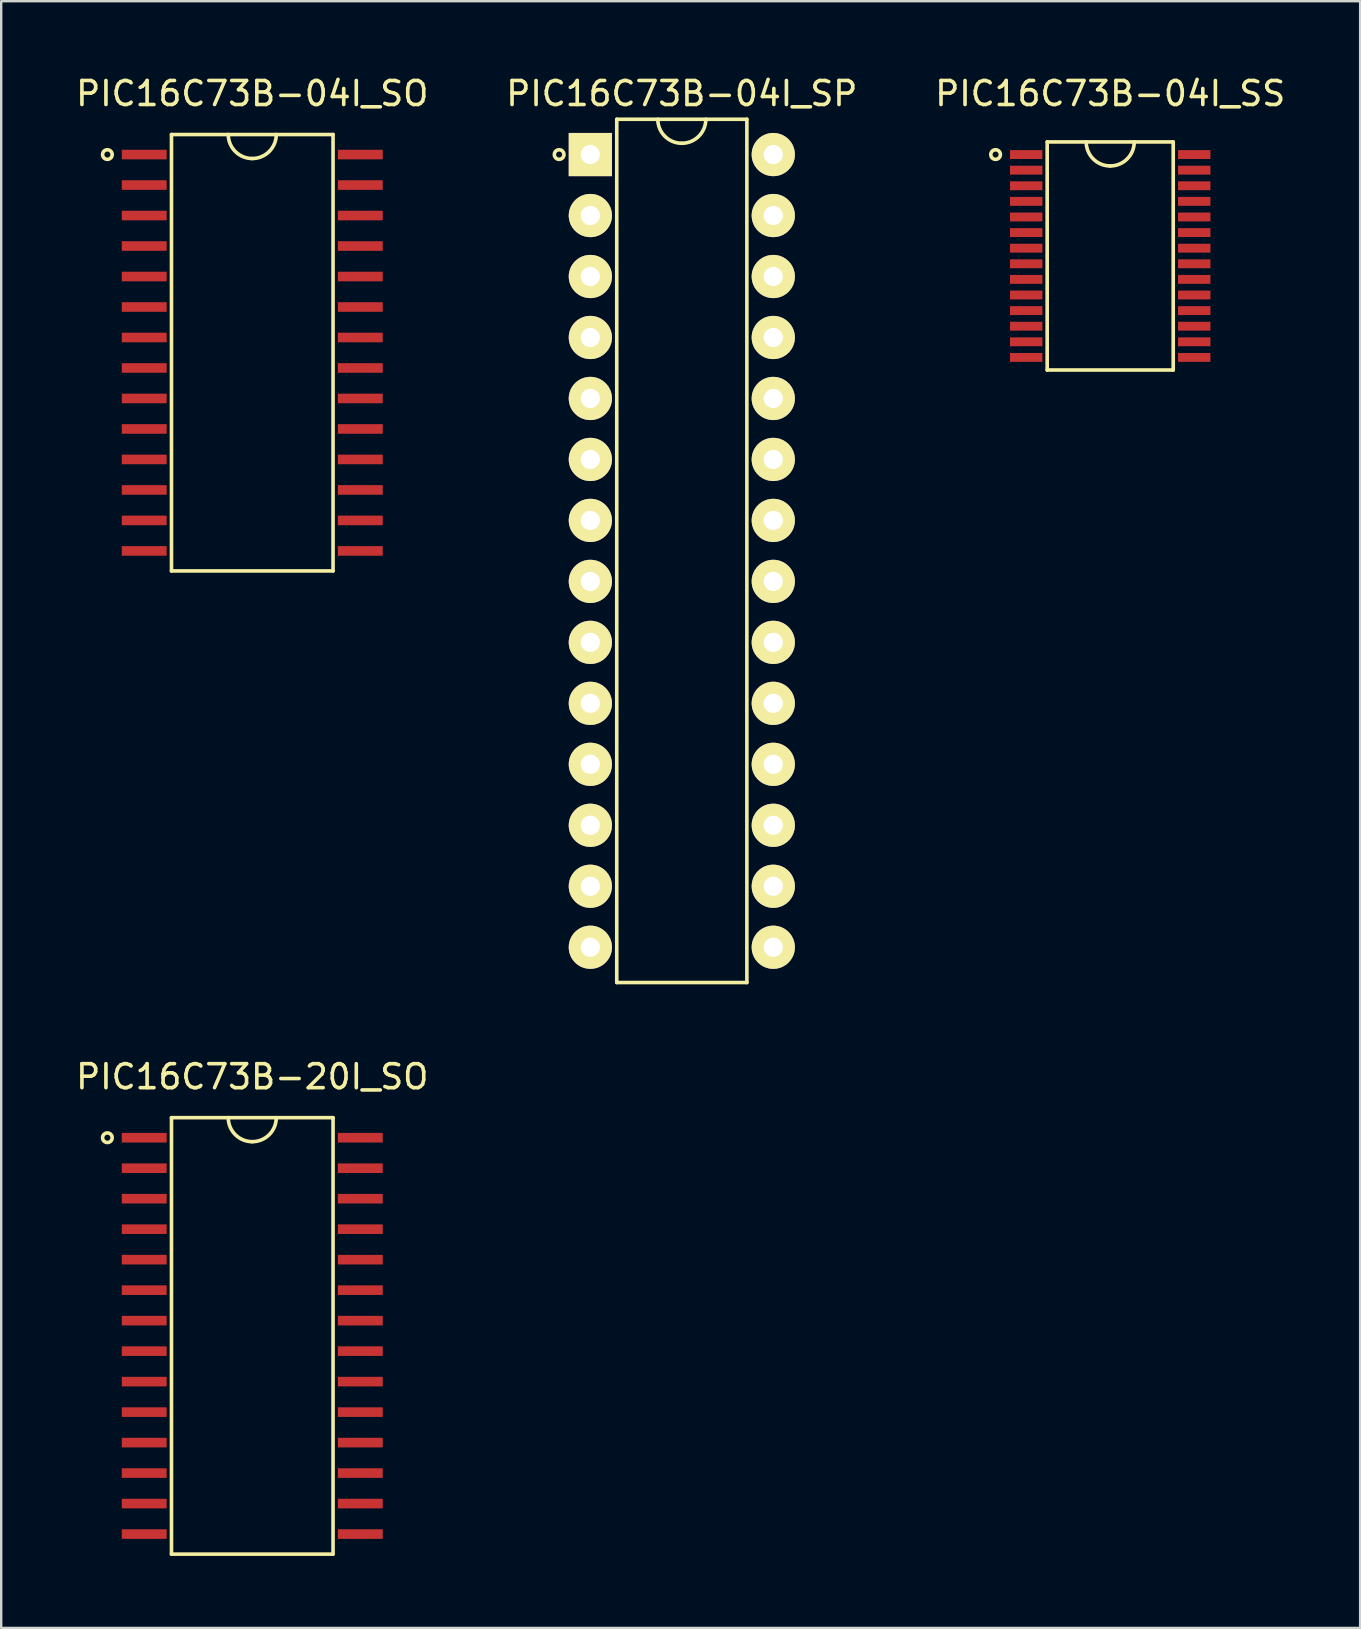
<source format=kicad_pcb>
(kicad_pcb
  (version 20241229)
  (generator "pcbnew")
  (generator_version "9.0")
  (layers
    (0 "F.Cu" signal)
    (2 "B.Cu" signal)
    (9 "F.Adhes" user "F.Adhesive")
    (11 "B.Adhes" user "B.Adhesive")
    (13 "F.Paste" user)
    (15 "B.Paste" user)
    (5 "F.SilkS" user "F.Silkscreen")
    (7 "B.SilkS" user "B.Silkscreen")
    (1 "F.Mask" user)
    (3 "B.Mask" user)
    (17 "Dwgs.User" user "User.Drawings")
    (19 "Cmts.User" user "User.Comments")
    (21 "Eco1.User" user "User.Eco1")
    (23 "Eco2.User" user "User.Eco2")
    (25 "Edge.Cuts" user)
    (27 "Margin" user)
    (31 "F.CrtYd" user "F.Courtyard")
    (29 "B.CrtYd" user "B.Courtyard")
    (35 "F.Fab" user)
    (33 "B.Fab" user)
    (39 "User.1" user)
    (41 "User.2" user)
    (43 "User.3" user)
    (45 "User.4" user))
  (footprint "PIC16C73B-20I_SO"
    (layer "F.Cu")
    (at 2.958 44.342)
    (property "Reference" "PIC16C73B-20I_SO" (at 4.5 -2.54 0) (layer "F.SilkS") (effects (font (size 1 1) (thickness 0.15))))
    (attr through_hole)
    (fp_line (start 1.135 -0.835) (end 7.865 -0.835) (stroke (width 0.15) (type solid)) (layer "F.SilkS"))
    (fp_line (start 1.135 17.345) (end 1.135 -0.835) (stroke (width 0.15) (type solid)) (layer "F.SilkS"))
    (fp_line (start 7.865 -0.835) (end 7.865 17.345) (stroke (width 0.15) (type solid)) (layer "F.SilkS"))
    (fp_line (start 7.865 17.345) (end 1.135 17.345) (stroke (width 0.15) (type solid)) (layer "F.SilkS"))
    (fp_arc (start 4.5 0.165) (mid 3.792893 -0.127893) (end 3.5 -0.835) (stroke (width 0.15) (type solid)) (layer "F.SilkS"))
    (fp_arc (start 5.5 -0.835) (mid 5.207107 -0.127893) (end 4.5 0.165) (stroke (width 0.15) (type solid)) (layer "F.SilkS"))
    (fp_circle (center -1.535 0) (end -1.535 0.2) (stroke (width 0.15) (type solid)) (fill no) (layer "F.SilkS"))
    (pad "1" smd rect (at 0 0) (size 1.87 0.4) (layers "F.Cu" "F.Mask" "F.Paste"))
    (pad "2" smd rect (at 0 1.27) (size 1.87 0.4) (layers "F.Cu" "F.Mask" "F.Paste"))
    (pad "3" smd rect (at 0 2.54) (size 1.87 0.4) (layers "F.Cu" "F.Mask" "F.Paste"))
    (pad "4" smd rect (at 0 3.81) (size 1.87 0.4) (layers "F.Cu" "F.Mask" "F.Paste"))
    (pad "5" smd rect (at 0 5.08) (size 1.87 0.4) (layers "F.Cu" "F.Mask" "F.Paste"))
    (pad "6" smd rect (at 0 6.35) (size 1.87 0.4) (layers "F.Cu" "F.Mask" "F.Paste"))
    (pad "7" smd rect (at 0 7.62) (size 1.87 0.4) (layers "F.Cu" "F.Mask" "F.Paste"))
    (pad "8" smd rect (at 0 8.89) (size 1.87 0.4) (layers "F.Cu" "F.Mask" "F.Paste"))
    (pad "9" smd rect (at 0 10.16) (size 1.87 0.4) (layers "F.Cu" "F.Mask" "F.Paste"))
    (pad "10" smd rect (at 0 11.43) (size 1.87 0.4) (layers "F.Cu" "F.Mask" "F.Paste"))
    (pad "11" smd rect (at 0 12.7) (size 1.87 0.4) (layers "F.Cu" "F.Mask" "F.Paste"))
    (pad "12" smd rect (at 0 13.97) (size 1.87 0.4) (layers "F.Cu" "F.Mask" "F.Paste"))
    (pad "13" smd rect (at 0 15.24) (size 1.87 0.4) (layers "F.Cu" "F.Mask" "F.Paste"))
    (pad "14" smd rect (at 0 16.51) (size 1.87 0.4) (layers "F.Cu" "F.Mask" "F.Paste"))
    (pad "15" smd rect (at 9 16.51) (size 1.87 0.4) (layers "F.Cu" "F.Mask" "F.Paste"))
    (pad "16" smd rect (at 9 15.24) (size 1.87 0.4) (layers "F.Cu" "F.Mask" "F.Paste"))
    (pad "17" smd rect (at 9 13.97) (size 1.87 0.4) (layers "F.Cu" "F.Mask" "F.Paste"))
    (pad "18" smd rect (at 9 12.7) (size 1.87 0.4) (layers "F.Cu" "F.Mask" "F.Paste"))
    (pad "19" smd rect (at 9 11.43) (size 1.87 0.4) (layers "F.Cu" "F.Mask" "F.Paste"))
    (pad "20" smd rect (at 9 10.16) (size 1.87 0.4) (layers "F.Cu" "F.Mask" "F.Paste"))
    (pad "21" smd rect (at 9 8.89) (size 1.87 0.4) (layers "F.Cu" "F.Mask" "F.Paste"))
    (pad "22" smd rect (at 9 7.62) (size 1.87 0.4) (layers "F.Cu" "F.Mask" "F.Paste"))
    (pad "23" smd rect (at 9 6.35) (size 1.87 0.4) (layers "F.Cu" "F.Mask" "F.Paste"))
    (pad "24" smd rect (at 9 5.08) (size 1.87 0.4) (layers "F.Cu" "F.Mask" "F.Paste"))
    (pad "25" smd rect (at 9 3.81) (size 1.87 0.4) (layers "F.Cu" "F.Mask" "F.Paste"))
    (pad "26" smd rect (at 9 2.54) (size 1.87 0.4) (layers "F.Cu" "F.Mask" "F.Paste"))
    (pad "27" smd rect (at 9 1.27) (size 1.87 0.4) (layers "F.Cu" "F.Mask" "F.Paste"))
    (pad "28" smd rect (at 9 0) (size 1.87 0.4) (layers "F.Cu" "F.Mask" "F.Paste")))
  (footprint "PIC16C73B-04I_SO"
    (layer "F.Cu")
    (at 2.958 3.388)
    (property "Reference" "PIC16C73B-04I_SO" (at 4.5 -2.54 0) (layer "F.SilkS") (effects (font (size 1 1) (thickness 0.15))))
    (attr through_hole)
    (fp_line (start 1.135 -0.835) (end 7.865 -0.835) (stroke (width 0.15) (type solid)) (layer "F.SilkS"))
    (fp_line (start 1.135 17.345) (end 1.135 -0.835) (stroke (width 0.15) (type solid)) (layer "F.SilkS"))
    (fp_line (start 7.865 -0.835) (end 7.865 17.345) (stroke (width 0.15) (type solid)) (layer "F.SilkS"))
    (fp_line (start 7.865 17.345) (end 1.135 17.345) (stroke (width 0.15) (type solid)) (layer "F.SilkS"))
    (fp_arc (start 4.5 0.165) (mid 3.792893 -0.127893) (end 3.5 -0.835) (stroke (width 0.15) (type solid)) (layer "F.SilkS"))
    (fp_arc (start 5.5 -0.835) (mid 5.207107 -0.127893) (end 4.5 0.165) (stroke (width 0.15) (type solid)) (layer "F.SilkS"))
    (fp_circle (center -1.535 0) (end -1.535 0.2) (stroke (width 0.15) (type solid)) (fill no) (layer "F.SilkS"))
    (pad "1" smd rect (at 0 0) (size 1.87 0.4) (layers "F.Cu" "F.Mask" "F.Paste"))
    (pad "2" smd rect (at 0 1.27) (size 1.87 0.4) (layers "F.Cu" "F.Mask" "F.Paste"))
    (pad "3" smd rect (at 0 2.54) (size 1.87 0.4) (layers "F.Cu" "F.Mask" "F.Paste"))
    (pad "4" smd rect (at 0 3.81) (size 1.87 0.4) (layers "F.Cu" "F.Mask" "F.Paste"))
    (pad "5" smd rect (at 0 5.08) (size 1.87 0.4) (layers "F.Cu" "F.Mask" "F.Paste"))
    (pad "6" smd rect (at 0 6.35) (size 1.87 0.4) (layers "F.Cu" "F.Mask" "F.Paste"))
    (pad "7" smd rect (at 0 7.62) (size 1.87 0.4) (layers "F.Cu" "F.Mask" "F.Paste"))
    (pad "8" smd rect (at 0 8.89) (size 1.87 0.4) (layers "F.Cu" "F.Mask" "F.Paste"))
    (pad "9" smd rect (at 0 10.16) (size 1.87 0.4) (layers "F.Cu" "F.Mask" "F.Paste"))
    (pad "10" smd rect (at 0 11.43) (size 1.87 0.4) (layers "F.Cu" "F.Mask" "F.Paste"))
    (pad "11" smd rect (at 0 12.7) (size 1.87 0.4) (layers "F.Cu" "F.Mask" "F.Paste"))
    (pad "12" smd rect (at 0 13.97) (size 1.87 0.4) (layers "F.Cu" "F.Mask" "F.Paste"))
    (pad "13" smd rect (at 0 15.24) (size 1.87 0.4) (layers "F.Cu" "F.Mask" "F.Paste"))
    (pad "14" smd rect (at 0 16.51) (size 1.87 0.4) (layers "F.Cu" "F.Mask" "F.Paste"))
    (pad "15" smd rect (at 9 16.51) (size 1.87 0.4) (layers "F.Cu" "F.Mask" "F.Paste"))
    (pad "16" smd rect (at 9 15.24) (size 1.87 0.4) (layers "F.Cu" "F.Mask" "F.Paste"))
    (pad "17" smd rect (at 9 13.97) (size 1.87 0.4) (layers "F.Cu" "F.Mask" "F.Paste"))
    (pad "18" smd rect (at 9 12.7) (size 1.87 0.4) (layers "F.Cu" "F.Mask" "F.Paste"))
    (pad "19" smd rect (at 9 11.43) (size 1.87 0.4) (layers "F.Cu" "F.Mask" "F.Paste"))
    (pad "20" smd rect (at 9 10.16) (size 1.87 0.4) (layers "F.Cu" "F.Mask" "F.Paste"))
    (pad "21" smd rect (at 9 8.89) (size 1.87 0.4) (layers "F.Cu" "F.Mask" "F.Paste"))
    (pad "22" smd rect (at 9 7.62) (size 1.87 0.4) (layers "F.Cu" "F.Mask" "F.Paste"))
    (pad "23" smd rect (at 9 6.35) (size 1.87 0.4) (layers "F.Cu" "F.Mask" "F.Paste"))
    (pad "24" smd rect (at 9 5.08) (size 1.87 0.4) (layers "F.Cu" "F.Mask" "F.Paste"))
    (pad "25" smd rect (at 9 3.81) (size 1.87 0.4) (layers "F.Cu" "F.Mask" "F.Paste"))
    (pad "26" smd rect (at 9 2.54) (size 1.87 0.4) (layers "F.Cu" "F.Mask" "F.Paste"))
    (pad "27" smd rect (at 9 1.27) (size 1.87 0.4) (layers "F.Cu" "F.Mask" "F.Paste"))
    (pad "28" smd rect (at 9 0) (size 1.87 0.4) (layers "F.Cu" "F.Mask" "F.Paste")))
  (footprint "PIC16C73B-04I_SP"
    (layer "F.Cu")
    (at 21.541 3.388)
    (property "Reference" "PIC16C73B-04I_SP" (at 3.81 -2.54 0) (layer "F.SilkS") (effects (font (size 1 1) (thickness 0.15))))
    (attr through_hole)
    (fp_line (start 1.1 -1.47) (end 6.52 -1.47) (stroke (width 0.15) (type solid)) (layer "F.SilkS"))
    (fp_line (start 1.1 34.49) (end 1.1 -1.47) (stroke (width 0.15) (type solid)) (layer "F.SilkS"))
    (fp_line (start 6.52 -1.47) (end 6.52 34.49) (stroke (width 0.15) (type solid)) (layer "F.SilkS"))
    (fp_line (start 6.52 34.49) (end 1.1 34.49) (stroke (width 0.15) (type solid)) (layer "F.SilkS"))
    (fp_arc (start 3.81 -0.47) (mid 3.102893 -0.762893) (end 2.81 -1.47) (stroke (width 0.15) (type solid)) (layer "F.SilkS"))
    (fp_arc (start 4.81 -1.47) (mid 4.517107 -0.762893) (end 3.81 -0.47) (stroke (width 0.15) (type solid)) (layer "F.SilkS"))
    (fp_circle (center -1.3 0) (end -1.3 0.2) (stroke (width 0.15) (type solid)) (fill no) (layer "F.SilkS"))
    (pad "1" thru_hole rect (at 0 0) (size 1.8 1.8) (drill 0.8) (layers "*.Cu" "*.Mask" "F.SilkS"))
    (pad "2" thru_hole circle (at 0 2.54) (size 1.8 1.8) (drill 0.8) (layers "*.Cu" "*.Mask" "F.SilkS"))
    (pad "3" thru_hole circle (at 0 5.08) (size 1.8 1.8) (drill 0.8) (layers "*.Cu" "*.Mask" "F.SilkS"))
    (pad "4" thru_hole circle (at 0 7.62) (size 1.8 1.8) (drill 0.8) (layers "*.Cu" "*.Mask" "F.SilkS"))
    (pad "5" thru_hole circle (at 0 10.16) (size 1.8 1.8) (drill 0.8) (layers "*.Cu" "*.Mask" "F.SilkS"))
    (pad "6" thru_hole circle (at 0 12.7) (size 1.8 1.8) (drill 0.8) (layers "*.Cu" "*.Mask" "F.SilkS"))
    (pad "7" thru_hole circle (at 0 15.24) (size 1.8 1.8) (drill 0.8) (layers "*.Cu" "*.Mask" "F.SilkS"))
    (pad "8" thru_hole circle (at 0 17.78) (size 1.8 1.8) (drill 0.8) (layers "*.Cu" "*.Mask" "F.SilkS"))
    (pad "9" thru_hole circle (at 0 20.32) (size 1.8 1.8) (drill 0.8) (layers "*.Cu" "*.Mask" "F.SilkS"))
    (pad "10" thru_hole circle (at 0 22.86) (size 1.8 1.8) (drill 0.8) (layers "*.Cu" "*.Mask" "F.SilkS"))
    (pad "11" thru_hole circle (at 0 25.4) (size 1.8 1.8) (drill 0.8) (layers "*.Cu" "*.Mask" "F.SilkS"))
    (pad "12" thru_hole circle (at 0 27.94) (size 1.8 1.8) (drill 0.8) (layers "*.Cu" "*.Mask" "F.SilkS"))
    (pad "13" thru_hole circle (at 0 30.48) (size 1.8 1.8) (drill 0.8) (layers "*.Cu" "*.Mask" "F.SilkS"))
    (pad "14" thru_hole circle (at 0 33.02) (size 1.8 1.8) (drill 0.8) (layers "*.Cu" "*.Mask" "F.SilkS"))
    (pad "15" thru_hole circle (at 7.62 33.02) (size 1.8 1.8) (drill 0.8) (layers "*.Cu" "*.Mask" "F.SilkS"))
    (pad "16" thru_hole circle (at 7.62 30.48) (size 1.8 1.8) (drill 0.8) (layers "*.Cu" "*.Mask" "F.SilkS"))
    (pad "17" thru_hole circle (at 7.62 27.94) (size 1.8 1.8) (drill 0.8) (layers "*.Cu" "*.Mask" "F.SilkS"))
    (pad "18" thru_hole circle (at 7.62 25.4) (size 1.8 1.8) (drill 0.8) (layers "*.Cu" "*.Mask" "F.SilkS"))
    (pad "19" thru_hole circle (at 7.62 22.86) (size 1.8 1.8) (drill 0.8) (layers "*.Cu" "*.Mask" "F.SilkS"))
    (pad "20" thru_hole circle (at 7.62 20.32) (size 1.8 1.8) (drill 0.8) (layers "*.Cu" "*.Mask" "F.SilkS"))
    (pad "21" thru_hole circle (at 7.62 17.78) (size 1.8 1.8) (drill 0.8) (layers "*.Cu" "*.Mask" "F.SilkS"))
    (pad "22" thru_hole circle (at 7.62 15.24) (size 1.8 1.8) (drill 0.8) (layers "*.Cu" "*.Mask" "F.SilkS"))
    (pad "23" thru_hole circle (at 7.62 12.7) (size 1.8 1.8) (drill 0.8) (layers "*.Cu" "*.Mask" "F.SilkS"))
    (pad "24" thru_hole circle (at 7.62 10.16) (size 1.8 1.8) (drill 0.8) (layers "*.Cu" "*.Mask" "F.SilkS"))
    (pad "25" thru_hole circle (at 7.62 7.62) (size 1.8 1.8) (drill 0.8) (layers "*.Cu" "*.Mask" "F.SilkS"))
    (pad "26" thru_hole circle (at 7.62 5.08) (size 1.8 1.8) (drill 0.8) (layers "*.Cu" "*.Mask" "F.SilkS"))
    (pad "27" thru_hole circle (at 7.62 2.54) (size 1.8 1.8) (drill 0.8) (layers "*.Cu" "*.Mask" "F.SilkS"))
    (pad "28" thru_hole circle (at 7.62 0) (size 1.8 1.8) (drill 0.8) (layers "*.Cu" "*.Mask" "F.SilkS")))
  (footprint "PIC16C73B-04I_SS"
    (layer "F.Cu")
    (at 39.696 3.388)
    (property "Reference" "PIC16C73B-04I_SS" (at 3.5 -2.54 0) (layer "F.SilkS") (effects (font (size 1 1) (thickness 0.15))))
    (attr through_hole)
    (fp_line (start 0.875 -0.525) (end 6.125 -0.525) (stroke (width 0.15) (type solid)) (layer "F.SilkS"))
    (fp_line (start 0.875 8.975) (end 0.875 -0.525) (stroke (width 0.15) (type solid)) (layer "F.SilkS"))
    (fp_line (start 6.125 -0.525) (end 6.125 8.975) (stroke (width 0.15) (type solid)) (layer "F.SilkS"))
    (fp_line (start 6.125 8.975) (end 0.875 8.975) (stroke (width 0.15) (type solid)) (layer "F.SilkS"))
    (fp_arc (start 3.5 0.475) (mid 2.792893 0.182107) (end 2.5 -0.525) (stroke (width 0.15) (type solid)) (layer "F.SilkS"))
    (fp_arc (start 4.5 -0.525) (mid 4.207107 0.182107) (end 3.5 0.475) (stroke (width 0.15) (type solid)) (layer "F.SilkS"))
    (fp_circle (center -1.275 0) (end -1.275 0.2) (stroke (width 0.15) (type solid)) (fill no) (layer "F.SilkS"))
    (pad "1" smd rect (at 0 0) (size 1.35 0.37) (layers "F.Cu" "F.Mask" "F.Paste"))
    (pad "2" smd rect (at 0 0.65) (size 1.35 0.37) (layers "F.Cu" "F.Mask" "F.Paste"))
    (pad "3" smd rect (at 0 1.3) (size 1.35 0.37) (layers "F.Cu" "F.Mask" "F.Paste"))
    (pad "4" smd rect (at 0 1.95) (size 1.35 0.37) (layers "F.Cu" "F.Mask" "F.Paste"))
    (pad "5" smd rect (at 0 2.6) (size 1.35 0.37) (layers "F.Cu" "F.Mask" "F.Paste"))
    (pad "6" smd rect (at 0 3.25) (size 1.35 0.37) (layers "F.Cu" "F.Mask" "F.Paste"))
    (pad "7" smd rect (at 0 3.9) (size 1.35 0.37) (layers "F.Cu" "F.Mask" "F.Paste"))
    (pad "8" smd rect (at 0 4.55) (size 1.35 0.37) (layers "F.Cu" "F.Mask" "F.Paste"))
    (pad "9" smd rect (at 0 5.2) (size 1.35 0.37) (layers "F.Cu" "F.Mask" "F.Paste"))
    (pad "10" smd rect (at 0 5.85) (size 1.35 0.37) (layers "F.Cu" "F.Mask" "F.Paste"))
    (pad "11" smd rect (at 0 6.5) (size 1.35 0.37) (layers "F.Cu" "F.Mask" "F.Paste"))
    (pad "12" smd rect (at 0 7.15) (size 1.35 0.37) (layers "F.Cu" "F.Mask" "F.Paste"))
    (pad "13" smd rect (at 0 7.8) (size 1.35 0.37) (layers "F.Cu" "F.Mask" "F.Paste"))
    (pad "14" smd rect (at 0 8.45) (size 1.35 0.37) (layers "F.Cu" "F.Mask" "F.Paste"))
    (pad "15" smd rect (at 7 8.45) (size 1.35 0.37) (layers "F.Cu" "F.Mask" "F.Paste"))
    (pad "16" smd rect (at 7 7.8) (size 1.35 0.37) (layers "F.Cu" "F.Mask" "F.Paste"))
    (pad "17" smd rect (at 7 7.15) (size 1.35 0.37) (layers "F.Cu" "F.Mask" "F.Paste"))
    (pad "18" smd rect (at 7 6.5) (size 1.35 0.37) (layers "F.Cu" "F.Mask" "F.Paste"))
    (pad "19" smd rect (at 7 5.85) (size 1.35 0.37) (layers "F.Cu" "F.Mask" "F.Paste"))
    (pad "20" smd rect (at 7 5.2) (size 1.35 0.37) (layers "F.Cu" "F.Mask" "F.Paste"))
    (pad "21" smd rect (at 7 4.55) (size 1.35 0.37) (layers "F.Cu" "F.Mask" "F.Paste"))
    (pad "22" smd rect (at 7 3.9) (size 1.35 0.37) (layers "F.Cu" "F.Mask" "F.Paste"))
    (pad "23" smd rect (at 7 3.25) (size 1.35 0.37) (layers "F.Cu" "F.Mask" "F.Paste"))
    (pad "24" smd rect (at 7 2.6) (size 1.35 0.37) (layers "F.Cu" "F.Mask" "F.Paste"))
    (pad "25" smd rect (at 7 1.95) (size 1.35 0.37) (layers "F.Cu" "F.Mask" "F.Paste"))
    (pad "26" smd rect (at 7 1.3) (size 1.35 0.37) (layers "F.Cu" "F.Mask" "F.Paste"))
    (pad "27" smd rect (at 7 0.65) (size 1.35 0.37) (layers "F.Cu" "F.Mask" "F.Paste"))
    (pad "28" smd rect (at 7 0) (size 1.35 0.37) (layers "F.Cu" "F.Mask" "F.Paste")))
  (gr_rect
    (start -3 -3)
    (end 53.607 64.761)
    (stroke (width 0.1) (type default))
    (fill no)
    (layer "Edge.Cuts")))
</source>
